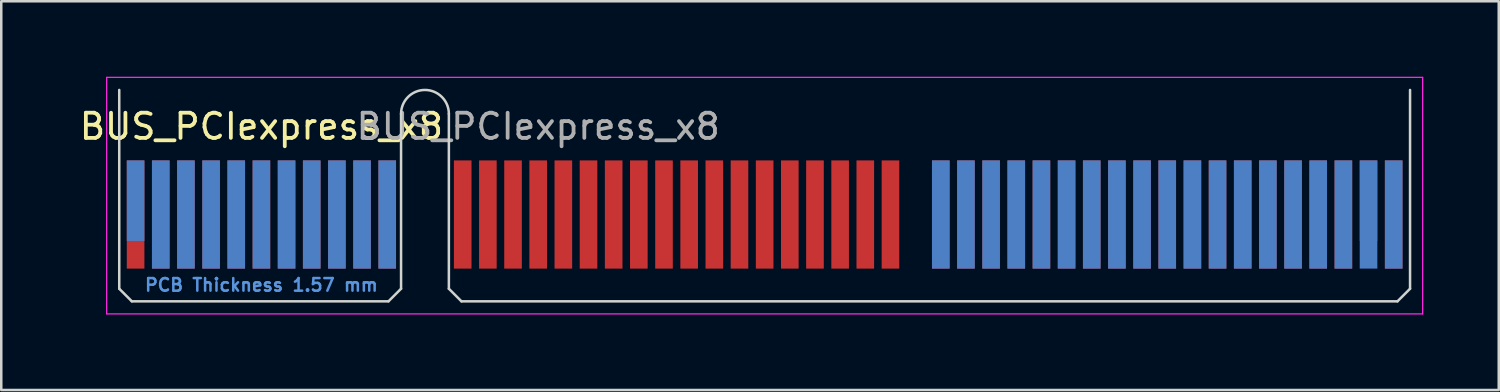
<source format=kicad_pcb>
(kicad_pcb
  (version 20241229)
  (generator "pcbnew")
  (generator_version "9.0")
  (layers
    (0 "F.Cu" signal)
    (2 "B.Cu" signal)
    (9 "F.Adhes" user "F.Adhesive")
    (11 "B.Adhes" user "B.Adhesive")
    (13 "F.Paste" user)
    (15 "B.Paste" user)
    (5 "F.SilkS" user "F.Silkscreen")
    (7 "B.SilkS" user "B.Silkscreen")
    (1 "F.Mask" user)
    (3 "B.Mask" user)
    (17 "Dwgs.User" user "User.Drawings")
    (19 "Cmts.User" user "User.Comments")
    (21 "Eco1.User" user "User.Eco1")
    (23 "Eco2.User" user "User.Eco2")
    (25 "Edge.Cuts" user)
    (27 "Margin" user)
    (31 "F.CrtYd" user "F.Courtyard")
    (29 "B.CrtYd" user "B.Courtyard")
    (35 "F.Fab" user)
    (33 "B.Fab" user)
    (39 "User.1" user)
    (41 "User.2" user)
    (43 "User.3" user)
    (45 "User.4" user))
  (footprint "BUS_PCIexpress_x8"
    (layer "F.Cu")
    (at 2.339 5.475)
    (property "Reference" "BUS_PCIexpress_x8" (at 5 -3.5 0) (layer "F.SilkS") (effects (font (size 1 1) (thickness 0.15))))
    (attr exclude_from_pos_files exclude_from_bom)
    (fp_line (start -0.65 -4.95) (end -0.65 2.95) (stroke (width 0.1) (type solid)) (layer "Edge.Cuts"))
    (fp_line (start -0.65 2.95) (end -0.15 3.45) (stroke (width 0.1) (type solid)) (layer "Edge.Cuts"))
    (fp_line (start -0.15 3.45) (end 10.05 3.45) (stroke (width 0.1) (type solid)) (layer "Edge.Cuts"))
    (fp_line (start 10.55 -4) (end 10.55 2.95) (stroke (width 0.1) (type solid)) (layer "Edge.Cuts"))
    (fp_line (start 10.55 2.95) (end 10.05 3.45) (stroke (width 0.1) (type solid)) (layer "Edge.Cuts"))
    (fp_line (start 12.45 -4) (end 12.45 2.95) (stroke (width 0.1) (type solid)) (layer "Edge.Cuts"))
    (fp_line (start 12.45 2.95) (end 12.95 3.45) (stroke (width 0.1) (type solid)) (layer "Edge.Cuts"))
    (fp_line (start 12.95 3.45) (end 50.15 3.45) (stroke (width 0.1) (type solid)) (layer "Edge.Cuts"))
    (fp_line (start 50.65 -4.95) (end 50.65 2.95) (stroke (width 0.1) (type solid)) (layer "Edge.Cuts"))
    (fp_line (start 50.65 2.95) (end 50.15 3.45) (stroke (width 0.1) (type solid)) (layer "Edge.Cuts"))
    (fp_arc (start 10.55 -4) (mid 11.5 -4.95) (end 12.45 -4) (stroke (width 0.1) (type solid)) (layer "Edge.Cuts"))
    (fp_line (start -1.15 -5.45) (end -1.15 3.95) (stroke (width 0.05) (type solid)) (layer "F.CrtYd"))
    (fp_line (start -1.15 -5.45) (end 51.15 -5.45) (stroke (width 0.05) (type solid)) (layer "F.CrtYd"))
    (fp_line (start 51.15 3.95) (end -1.15 3.95) (stroke (width 0.05) (type solid)) (layer "F.CrtYd"))
    (fp_line (start 51.15 3.95) (end 51.15 -5.45) (stroke (width 0.05) (type solid)) (layer "F.CrtYd"))
    (fp_text user "PCB Thickness 1.57 mm" (at 5 2.8 180) (layer "Cmts.User") (effects (font (size 0.5 0.5) (thickness 0.1))))
    (fp_text user "${REFERENCE}" (at 16 -3.5 0) (layer "F.Fab") (effects (font (size 1 1) (thickness 0.15))))
    (pad "A1" connect rect (at 0 -0.55) (size 0.7 3.2) (layers "B.Cu" "B.Mask"))
    (pad "A2" connect rect (at 1 0) (size 0.7 4.3) (layers "B.Cu" "B.Mask"))
    (pad "A3" connect rect (at 2 0) (size 0.7 4.3) (layers "B.Cu" "B.Mask"))
    (pad "A4" connect rect (at 3 0) (size 0.7 4.3) (layers "B.Cu" "B.Mask"))
    (pad "A5" connect rect (at 4 0) (size 0.7 4.3) (layers "B.Cu" "B.Mask"))
    (pad "A6" connect rect (at 5 0) (size 0.7 4.3) (layers "B.Cu" "B.Mask"))
    (pad "A7" connect rect (at 6 0) (size 0.7 4.3) (layers "B.Cu" "B.Mask"))
    (pad "A8" connect rect (at 7 0) (size 0.7 4.3) (layers "B.Cu" "B.Mask"))
    (pad "A9" connect rect (at 8 0) (size 0.7 4.3) (layers "B.Cu" "B.Mask"))
    (pad "A10" connect rect (at 9 0) (size 0.7 4.3) (layers "B.Cu" "B.Mask"))
    (pad "A11" connect rect (at 10 0) (size 0.7 4.3) (layers "B.Cu" "B.Mask"))
    (pad "A31" connect rect (at 32 0) (size 0.7 4.3) (layers "B.Cu" "B.Mask"))
    (pad "A32" connect rect (at 33 0) (size 0.7 4.3) (layers "B.Cu" "B.Mask"))
    (pad "A33" connect rect (at 34 0) (size 0.7 4.3) (layers "B.Cu" "B.Mask"))
    (pad "A34" connect rect (at 35 0) (size 0.7 4.3) (layers "B.Cu" "B.Mask"))
    (pad "A35" connect rect (at 36 0) (size 0.7 4.3) (layers "B.Cu" "B.Mask"))
    (pad "A36" connect rect (at 37 0) (size 0.7 4.3) (layers "B.Cu" "B.Mask"))
    (pad "A37" connect rect (at 38 0) (size 0.7 4.3) (layers "B.Cu" "B.Mask"))
    (pad "A38" connect rect (at 39 0) (size 0.7 4.3) (layers "B.Cu" "B.Mask"))
    (pad "A39" connect rect (at 40 0) (size 0.7 4.3) (layers "B.Cu" "B.Mask"))
    (pad "A40" connect rect (at 41 0) (size 0.7 4.3) (layers "B.Cu" "B.Mask"))
    (pad "A41" connect rect (at 42 0) (size 0.7 4.3) (layers "B.Cu" "B.Mask"))
    (pad "A42" connect rect (at 43 0) (size 0.7 4.3) (layers "B.Cu" "B.Mask"))
    (pad "A43" connect rect (at 44 0) (size 0.7 4.3) (layers "B.Cu" "B.Mask"))
    (pad "A44" connect rect (at 45 0) (size 0.7 4.3) (layers "B.Cu" "B.Mask"))
    (pad "A45" connect rect (at 46 0) (size 0.7 4.3) (layers "B.Cu" "B.Mask"))
    (pad "A46" connect rect (at 47 0) (size 0.7 4.3) (layers "B.Cu" "B.Mask"))
    (pad "A47" connect rect (at 48 0) (size 0.7 4.3) (layers "B.Cu" "B.Mask"))
    (pad "A48" connect rect (at 49 0) (size 0.7 4.3) (layers "B.Cu" "B.Mask"))
    (pad "A49" connect rect (at 50 0) (size 0.7 4.3) (layers "B.Cu" "B.Mask"))
    (pad "B1" connect rect (at 0 0) (size 0.7 4.3) (layers "F.Cu" "F.Mask"))
    (pad "B2" connect rect (at 1 0) (size 0.7 4.3) (layers "F.Cu" "F.Mask"))
    (pad "B3" connect rect (at 2 0) (size 0.7 4.3) (layers "F.Cu" "F.Mask"))
    (pad "B4" connect rect (at 3 0) (size 0.7 4.3) (layers "F.Cu" "F.Mask"))
    (pad "B5" connect rect (at 4 0) (size 0.7 4.3) (layers "F.Cu" "F.Mask"))
    (pad "B6" connect rect (at 5 0) (size 0.7 4.3) (layers "F.Cu" "F.Mask"))
    (pad "B7" connect rect (at 6 0) (size 0.7 4.3) (layers "F.Cu" "F.Mask"))
    (pad "B8" connect rect (at 7 0) (size 0.7 4.3) (layers "F.Cu" "F.Mask"))
    (pad "B9" connect rect (at 8 0) (size 0.7 4.3) (layers "F.Cu" "F.Mask"))
    (pad "B10" connect rect (at 9 0) (size 0.7 4.3) (layers "F.Cu" "F.Mask"))
    (pad "B11" connect rect (at 10 0) (size 0.7 4.3) (layers "F.Cu" "F.Mask"))
    (pad "B12" connect rect (at 13 0) (size 0.7 4.3) (layers "F.Cu" "F.Mask"))
    (pad "B13" connect rect (at 14 0) (size 0.7 4.3) (layers "F.Cu" "F.Mask"))
    (pad "B14" connect rect (at 15 0) (size 0.7 4.3) (layers "F.Cu" "F.Mask"))
    (pad "B15" connect rect (at 16 0) (size 0.7 4.3) (layers "F.Cu" "F.Mask"))
    (pad "B16" connect rect (at 17 0) (size 0.7 4.3) (layers "F.Cu" "F.Mask"))
    (pad "B17" connect rect (at 18 0) (size 0.7 4.3) (layers "F.Cu" "F.Mask"))
    (pad "B18" connect rect (at 19 0) (size 0.7 4.3) (layers "F.Cu" "F.Mask"))
    (pad "B19" connect rect (at 20 0) (size 0.7 4.3) (layers "F.Cu" "F.Mask"))
    (pad "B20" connect rect (at 21 0) (size 0.7 4.3) (layers "F.Cu" "F.Mask"))
    (pad "B21" connect rect (at 22 0) (size 0.7 4.3) (layers "F.Cu" "F.Mask"))
    (pad "B22" connect rect (at 23 0) (size 0.7 4.3) (layers "F.Cu" "F.Mask"))
    (pad "B23" connect rect (at 24 0) (size 0.7 4.3) (layers "F.Cu" "F.Mask"))
    (pad "B24" connect rect (at 25 0) (size 0.7 4.3) (layers "F.Cu" "F.Mask"))
    (pad "B25" connect rect (at 26 0) (size 0.7 4.3) (layers "F.Cu" "F.Mask"))
    (pad "B26" connect rect (at 27 0) (size 0.7 4.3) (layers "F.Cu" "F.Mask"))
    (pad "B27" connect rect (at 28 0) (size 0.7 4.3) (layers "F.Cu" "F.Mask"))
    (pad "B28" connect rect (at 29 0) (size 0.7 4.3) (layers "F.Cu" "F.Mask"))
    (pad "B29" connect rect (at 30 0) (size 0.7 4.3) (layers "F.Cu" "F.Mask"))
    (pad "B31" connect rect (at 32 0) (size 0.7 4.3) (layers "F.Cu" "F.Mask"))
    (pad "B32" connect rect (at 33 0) (size 0.7 4.3) (layers "F.Cu" "F.Mask"))
    (pad "B33" connect rect (at 34 0) (size 0.7 4.3) (layers "F.Cu" "F.Mask"))
    (pad "B34" connect rect (at 35 0) (size 0.7 4.3) (layers "F.Cu" "F.Mask"))
    (pad "B35" connect rect (at 36 0) (size 0.7 4.3) (layers "F.Cu" "F.Mask"))
    (pad "B36" connect rect (at 37 0) (size 0.7 4.3) (layers "F.Cu" "F.Mask"))
    (pad "B37" connect rect (at 38 0) (size 0.7 4.3) (layers "F.Cu" "F.Mask"))
    (pad "B38" connect rect (at 39 0) (size 0.7 4.3) (layers "F.Cu" "F.Mask"))
    (pad "B39" connect rect (at 40 0) (size 0.7 4.3) (layers "F.Cu" "F.Mask"))
    (pad "B40" connect rect (at 41 0) (size 0.7 4.3) (layers "F.Cu" "F.Mask"))
    (pad "B41" connect rect (at 42 0) (size 0.7 4.3) (layers "F.Cu" "F.Mask"))
    (pad "B42" connect rect (at 43 0) (size 0.7 4.3) (layers "F.Cu" "F.Mask"))
    (pad "B43" connect rect (at 44 0) (size 0.7 4.3) (layers "F.Cu" "F.Mask"))
    (pad "B44" connect rect (at 45 0) (size 0.7 4.3) (layers "F.Cu" "F.Mask"))
    (pad "B45" connect rect (at 46 0) (size 0.7 4.3) (layers "F.Cu" "F.Mask"))
    (pad "B46" connect rect (at 47 0) (size 0.7 4.3) (layers "F.Cu" "F.Mask"))
    (pad "B47" connect rect (at 48 0) (size 0.7 4.3) (layers "F.Cu" "F.Mask"))
    (pad "B48" connect rect (at 49 -0.55) (size 0.7 3.2) (layers "F.Cu" "F.Mask"))
    (pad "B49" connect rect (at 50 0) (size 0.7 4.3) (layers "F.Cu" "F.Mask")))
  (gr_rect
    (start -3 -3)
    (end 56.514 12.45)
    (stroke (width 0.1) (type default))
    (fill no)
    (layer "Edge.Cuts")))
</source>
